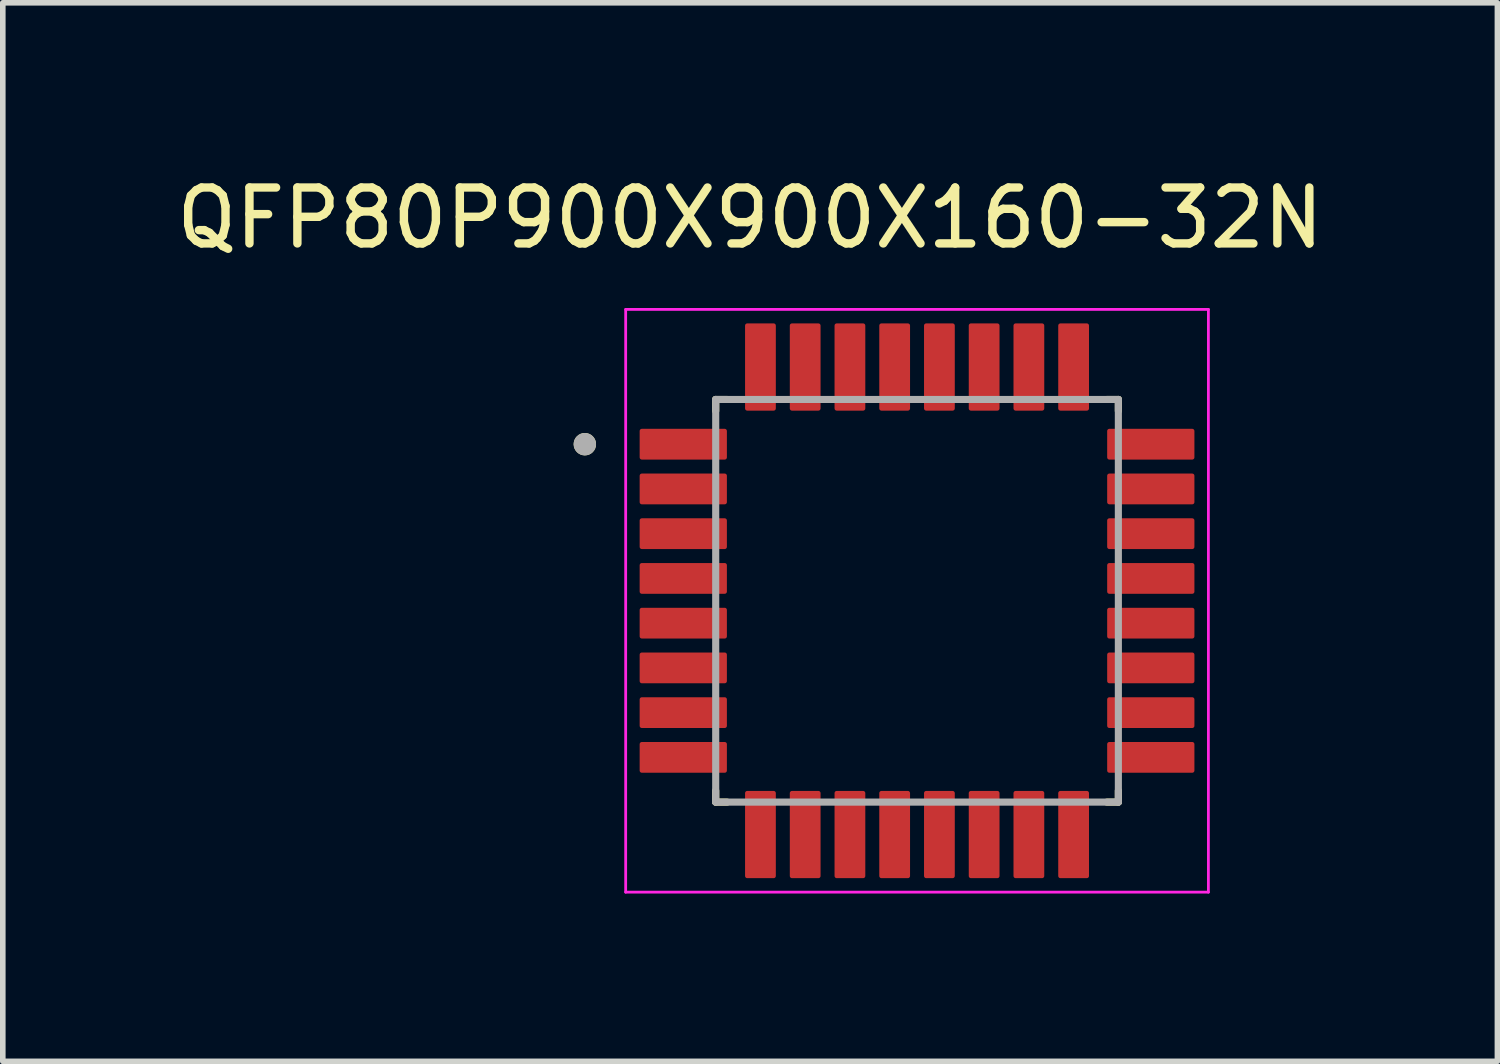
<source format=kicad_pcb>
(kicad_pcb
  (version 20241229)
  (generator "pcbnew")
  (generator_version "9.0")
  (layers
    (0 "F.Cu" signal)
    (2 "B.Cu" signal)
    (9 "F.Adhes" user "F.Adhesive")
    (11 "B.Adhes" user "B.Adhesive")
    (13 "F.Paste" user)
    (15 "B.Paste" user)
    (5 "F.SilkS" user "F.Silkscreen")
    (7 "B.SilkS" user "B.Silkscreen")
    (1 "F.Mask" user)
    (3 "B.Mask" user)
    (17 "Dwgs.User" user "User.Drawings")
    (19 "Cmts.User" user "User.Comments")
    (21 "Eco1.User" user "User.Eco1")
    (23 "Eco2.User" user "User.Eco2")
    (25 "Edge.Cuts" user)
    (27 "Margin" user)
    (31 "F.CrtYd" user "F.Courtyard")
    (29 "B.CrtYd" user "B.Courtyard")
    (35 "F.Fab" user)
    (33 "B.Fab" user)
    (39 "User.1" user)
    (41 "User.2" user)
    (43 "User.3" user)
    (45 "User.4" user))
  (footprint "QFP80P900X900X160-32N"
    (layer "F.Cu")
    (at 13.348 7.693)
    (property "Reference" "QFP80P900X900X160-32N" (at -2.985 -6.845 0) (layer "F.SilkS") (effects (font (size 1 1) (thickness 0.15))))
    (attr through_hole)
    (fp_line (start -3.6 -3.6) (end -3.6 -3.395) (stroke (width 0.127) (type solid)) (layer "F.SilkS"))
    (fp_line (start -3.6 -3.6) (end -3.395 -3.6) (stroke (width 0.127) (type solid)) (layer "F.SilkS"))
    (fp_line (start -3.6 3.6) (end -3.6 3.395) (stroke (width 0.127) (type solid)) (layer "F.SilkS"))
    (fp_line (start -3.6 3.6) (end -3.395 3.6) (stroke (width 0.127) (type solid)) (layer "F.SilkS"))
    (fp_line (start 3.6 -3.6) (end 3.395 -3.6) (stroke (width 0.127) (type solid)) (layer "F.SilkS"))
    (fp_line (start 3.6 -3.6) (end 3.6 -3.395) (stroke (width 0.127) (type solid)) (layer "F.SilkS"))
    (fp_line (start 3.6 3.6) (end 3.395 3.6) (stroke (width 0.127) (type solid)) (layer "F.SilkS"))
    (fp_line (start 3.6 3.6) (end 3.6 3.395) (stroke (width 0.127) (type solid)) (layer "F.SilkS"))
    (fp_circle (center -5.94 -2.8) (end -5.84 -2.8) (stroke (width 0.2) (type solid)) (fill no) (layer "F.SilkS"))
    (fp_line (start -5.21 -5.21) (end 5.21 -5.21) (stroke (width 0.05) (type solid)) (layer "F.CrtYd"))
    (fp_line (start -5.21 5.21) (end -5.21 -5.21) (stroke (width 0.05) (type solid)) (layer "F.CrtYd"))
    (fp_line (start -5.21 5.21) (end 5.21 5.21) (stroke (width 0.05) (type solid)) (layer "F.CrtYd"))
    (fp_line (start 5.21 5.21) (end 5.21 -5.21) (stroke (width 0.05) (type solid)) (layer "F.CrtYd"))
    (fp_line (start -3.6 3.6) (end -3.6 -3.6) (stroke (width 0.127) (type solid)) (layer "F.Fab"))
    (fp_line (start 3.6 -3.6) (end -3.6 -3.6) (stroke (width 0.127) (type solid)) (layer "F.Fab"))
    (fp_line (start 3.6 3.6) (end -3.6 3.6) (stroke (width 0.127) (type solid)) (layer "F.Fab"))
    (fp_line (start 3.6 3.6) (end 3.6 -3.6) (stroke (width 0.127) (type solid)) (layer "F.Fab"))
    (fp_circle (center -5.94 -2.8) (end -5.84 -2.8) (stroke (width 0.2) (type solid)) (fill no) (layer "F.Fab"))
    (pad "1" smd roundrect (at -4.18 -2.8) (size 1.56 0.55) (layers "F.Cu" "F.Mask" "F.Paste") (roundrect_rratio 0.07))
    (pad "2" smd roundrect (at -4.18 -2) (size 1.56 0.55) (layers "F.Cu" "F.Mask" "F.Paste") (roundrect_rratio 0.07))
    (pad "3" smd roundrect (at -4.18 -1.2) (size 1.56 0.55) (layers "F.Cu" "F.Mask" "F.Paste") (roundrect_rratio 0.07))
    (pad "4" smd roundrect (at -4.18 -0.4) (size 1.56 0.55) (layers "F.Cu" "F.Mask" "F.Paste") (roundrect_rratio 0.07))
    (pad "5" smd roundrect (at -4.18 0.4) (size 1.56 0.55) (layers "F.Cu" "F.Mask" "F.Paste") (roundrect_rratio 0.07))
    (pad "6" smd roundrect (at -4.18 1.2) (size 1.56 0.55) (layers "F.Cu" "F.Mask" "F.Paste") (roundrect_rratio 0.07))
    (pad "7" smd roundrect (at -4.18 2) (size 1.56 0.55) (layers "F.Cu" "F.Mask" "F.Paste") (roundrect_rratio 0.07))
    (pad "8" smd roundrect (at -4.18 2.8) (size 1.56 0.55) (layers "F.Cu" "F.Mask" "F.Paste") (roundrect_rratio 0.07))
    (pad "9" smd roundrect (at -2.8 4.18 90) (size 1.56 0.55) (layers "F.Cu" "F.Mask" "F.Paste") (roundrect_rratio 0.07))
    (pad "10" smd roundrect (at -2 4.18 90) (size 1.56 0.55) (layers "F.Cu" "F.Mask" "F.Paste") (roundrect_rratio 0.07))
    (pad "11" smd roundrect (at -1.2 4.18 90) (size 1.56 0.55) (layers "F.Cu" "F.Mask" "F.Paste") (roundrect_rratio 0.07))
    (pad "12" smd roundrect (at -0.4 4.18 90) (size 1.56 0.55) (layers "F.Cu" "F.Mask" "F.Paste") (roundrect_rratio 0.07))
    (pad "13" smd roundrect (at 0.4 4.18 90) (size 1.56 0.55) (layers "F.Cu" "F.Mask" "F.Paste") (roundrect_rratio 0.07))
    (pad "14" smd roundrect (at 1.2 4.18 90) (size 1.56 0.55) (layers "F.Cu" "F.Mask" "F.Paste") (roundrect_rratio 0.07))
    (pad "15" smd roundrect (at 2 4.18 90) (size 1.56 0.55) (layers "F.Cu" "F.Mask" "F.Paste") (roundrect_rratio 0.07))
    (pad "16" smd roundrect (at 2.8 4.18 90) (size 1.56 0.55) (layers "F.Cu" "F.Mask" "F.Paste") (roundrect_rratio 0.07))
    (pad "17" smd roundrect (at 4.18 2.8) (size 1.56 0.55) (layers "F.Cu" "F.Mask" "F.Paste") (roundrect_rratio 0.07))
    (pad "18" smd roundrect (at 4.18 2) (size 1.56 0.55) (layers "F.Cu" "F.Mask" "F.Paste") (roundrect_rratio 0.07))
    (pad "19" smd roundrect (at 4.18 1.2) (size 1.56 0.55) (layers "F.Cu" "F.Mask" "F.Paste") (roundrect_rratio 0.07))
    (pad "20" smd roundrect (at 4.18 0.4) (size 1.56 0.55) (layers "F.Cu" "F.Mask" "F.Paste") (roundrect_rratio 0.07))
    (pad "21" smd roundrect (at 4.18 -0.4) (size 1.56 0.55) (layers "F.Cu" "F.Mask" "F.Paste") (roundrect_rratio 0.07))
    (pad "22" smd roundrect (at 4.18 -1.2) (size 1.56 0.55) (layers "F.Cu" "F.Mask" "F.Paste") (roundrect_rratio 0.07))
    (pad "23" smd roundrect (at 4.18 -2) (size 1.56 0.55) (layers "F.Cu" "F.Mask" "F.Paste") (roundrect_rratio 0.07))
    (pad "24" smd roundrect (at 4.18 -2.8) (size 1.56 0.55) (layers "F.Cu" "F.Mask" "F.Paste") (roundrect_rratio 0.07))
    (pad "25" smd roundrect (at 2.8 -4.18 90) (size 1.56 0.55) (layers "F.Cu" "F.Mask" "F.Paste") (roundrect_rratio 0.07))
    (pad "26" smd roundrect (at 2 -4.18 90) (size 1.56 0.55) (layers "F.Cu" "F.Mask" "F.Paste") (roundrect_rratio 0.07))
    (pad "27" smd roundrect (at 1.2 -4.18 90) (size 1.56 0.55) (layers "F.Cu" "F.Mask" "F.Paste") (roundrect_rratio 0.07))
    (pad "28" smd roundrect (at 0.4 -4.18 90) (size 1.56 0.55) (layers "F.Cu" "F.Mask" "F.Paste") (roundrect_rratio 0.07))
    (pad "29" smd roundrect (at -0.4 -4.18 90) (size 1.56 0.55) (layers "F.Cu" "F.Mask" "F.Paste") (roundrect_rratio 0.07))
    (pad "30" smd roundrect (at -1.2 -4.18 90) (size 1.56 0.55) (layers "F.Cu" "F.Mask" "F.Paste") (roundrect_rratio 0.07))
    (pad "31" smd roundrect (at -2 -4.18 90) (size 1.56 0.55) (layers "F.Cu" "F.Mask" "F.Paste") (roundrect_rratio 0.07))
    (pad "32" smd roundrect (at -2.8 -4.18 90) (size 1.56 0.55) (layers "F.Cu" "F.Mask" "F.Paste") (roundrect_rratio 0.07)))
  (gr_rect
    (start -3 -3)
    (end 23.726 15.928)
    (stroke (width 0.1) (type default))
    (fill no)
    (layer "Edge.Cuts")))
</source>
